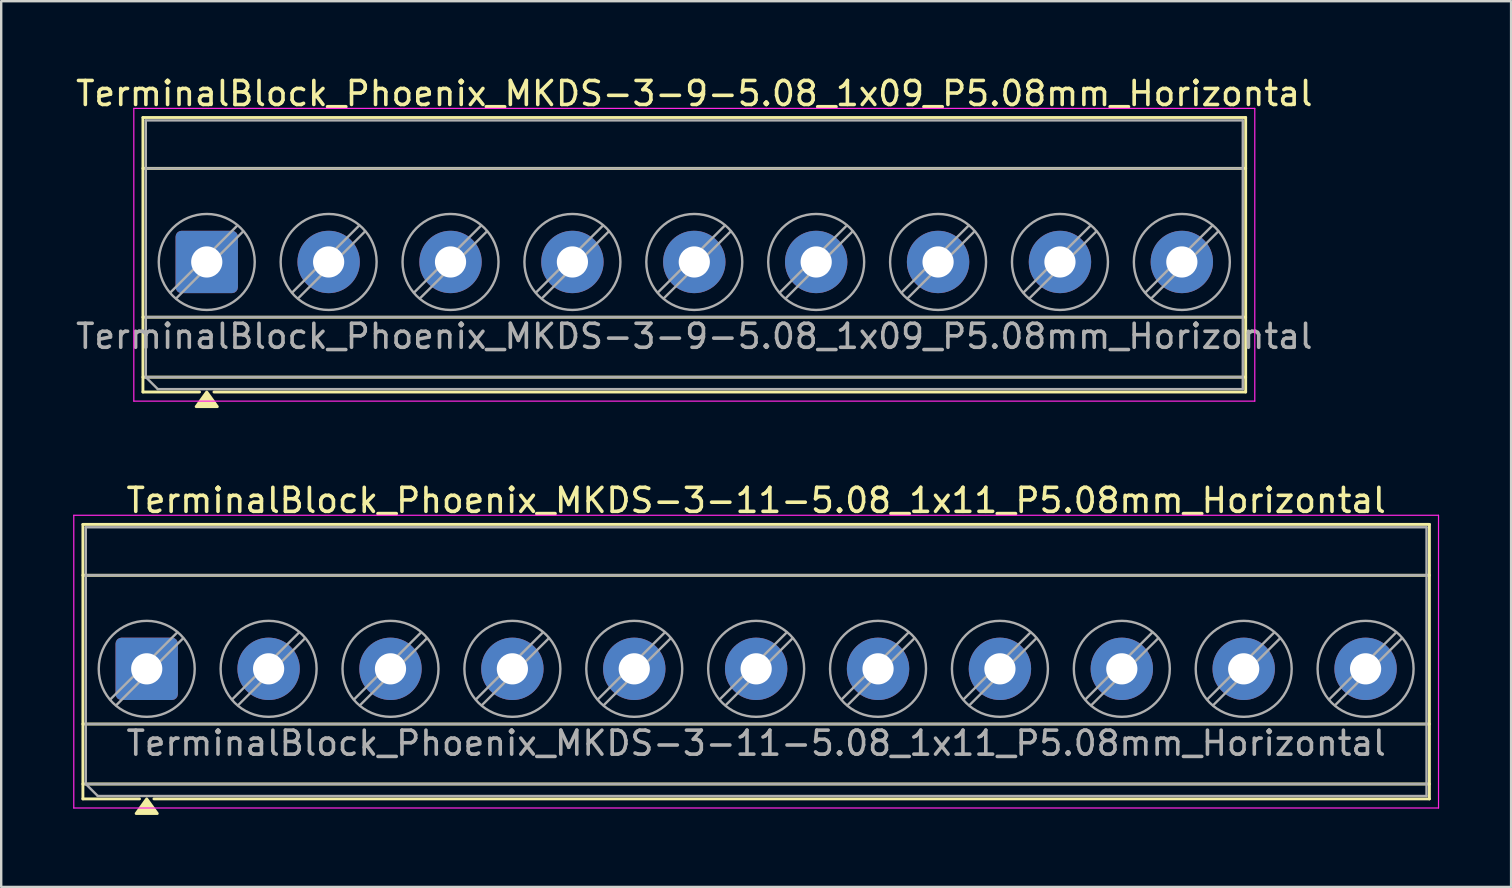
<source format=kicad_pcb>
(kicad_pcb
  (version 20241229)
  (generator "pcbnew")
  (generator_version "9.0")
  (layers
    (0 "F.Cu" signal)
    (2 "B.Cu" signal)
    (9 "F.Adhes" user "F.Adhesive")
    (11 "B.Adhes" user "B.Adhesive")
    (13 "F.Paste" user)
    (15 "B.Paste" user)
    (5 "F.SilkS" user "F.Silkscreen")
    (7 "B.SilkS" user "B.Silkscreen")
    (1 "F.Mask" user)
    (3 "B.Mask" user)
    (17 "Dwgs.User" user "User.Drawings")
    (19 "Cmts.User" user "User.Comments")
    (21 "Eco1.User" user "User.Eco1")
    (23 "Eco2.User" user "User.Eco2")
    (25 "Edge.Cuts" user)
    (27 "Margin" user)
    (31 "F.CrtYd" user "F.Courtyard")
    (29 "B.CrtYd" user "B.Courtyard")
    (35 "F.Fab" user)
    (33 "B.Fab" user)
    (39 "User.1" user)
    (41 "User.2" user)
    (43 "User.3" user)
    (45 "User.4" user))
  (footprint "TerminalBlock_Phoenix_MKDS-3-11-5.08_1x11_P5.08mm_Horizontal"
    (layer "F.Cu")
    (at 3.065 24.826)
    (property "Reference" "TerminalBlock_Phoenix_MKDS-3-11-5.08_1x11_P5.08mm_Horizontal" (at 25.4 -7.02 0) (layer "F.SilkS") (effects (font (size 1 1) (thickness 0.15))))
    (attr through_hole)
    (fp_line (start -2.66 -6.02) (end 53.46 -6.02) (stroke (width 0.12) (type solid)) (layer "F.SilkS"))
    (fp_line (start -2.66 -3.9) (end 53.46 -3.9) (stroke (width 0.12) (type solid)) (layer "F.SilkS"))
    (fp_line (start -2.66 2.3) (end 53.46 2.3) (stroke (width 0.12) (type solid)) (layer "F.SilkS"))
    (fp_line (start -2.66 4.8) (end 53.46 4.8) (stroke (width 0.12) (type solid)) (layer "F.SilkS"))
    (fp_line (start -2.66 5.42) (end -2.66 -6.02) (stroke (width 0.12) (type solid)) (layer "F.SilkS"))
    (fp_line (start -0.3 5.42) (end -2.66 5.42) (stroke (width 0.12) (type solid)) (layer "F.SilkS"))
    (fp_line (start 53.46 -6.02) (end 53.46 5.42) (stroke (width 0.12) (type solid)) (layer "F.SilkS"))
    (fp_line (start 53.46 5.42) (end 0.3 5.42) (stroke (width 0.12) (type solid)) (layer "F.SilkS"))
    (fp_poly (pts (xy 0 5.42) (xy 0.44 6.03) (xy -0.44 6.03)) (stroke (width 0.12) (type solid)) (fill yes) (layer "F.SilkS"))
    (fp_line (start -3.04 -6.4) (end -3.04 5.8) (stroke (width 0.05) (type solid)) (layer "F.CrtYd"))
    (fp_line (start -3.04 5.8) (end 53.84 5.8) (stroke (width 0.05) (type solid)) (layer "F.CrtYd"))
    (fp_line (start 53.84 -6.4) (end -3.04 -6.4) (stroke (width 0.05) (type solid)) (layer "F.CrtYd"))
    (fp_line (start 53.84 5.8) (end 53.84 -6.4) (stroke (width 0.05) (type solid)) (layer "F.CrtYd"))
    (fp_line (start -2.54 -5.9) (end 53.34 -5.9) (stroke (width 0.1) (type solid)) (layer "F.Fab"))
    (fp_line (start -2.54 -3.9) (end 53.34 -3.9) (stroke (width 0.1) (type solid)) (layer "F.Fab"))
    (fp_line (start -2.54 2.3) (end 53.34 2.3) (stroke (width 0.1) (type solid)) (layer "F.Fab"))
    (fp_line (start -2.54 4.8) (end -2.54 -5.9) (stroke (width 0.1) (type solid)) (layer "F.Fab"))
    (fp_line (start -2.54 4.8) (end 53.34 4.8) (stroke (width 0.1) (type solid)) (layer "F.Fab"))
    (fp_line (start -2.04 5.3) (end -2.54 4.8) (stroke (width 0.1) (type solid)) (layer "F.Fab"))
    (fp_line (start 1.273 -1.517) (end -1.517 1.273) (stroke (width 0.1) (type solid)) (layer "F.Fab"))
    (fp_line (start 1.517 -1.273) (end -1.273 1.517) (stroke (width 0.1) (type solid)) (layer "F.Fab"))
    (fp_line (start 6.353 -1.517) (end 3.563 1.273) (stroke (width 0.1) (type solid)) (layer "F.Fab"))
    (fp_line (start 6.597 -1.273) (end 3.807 1.517) (stroke (width 0.1) (type solid)) (layer "F.Fab"))
    (fp_line (start 11.433 -1.517) (end 8.643 1.273) (stroke (width 0.1) (type solid)) (layer "F.Fab"))
    (fp_line (start 11.677 -1.273) (end 8.887 1.517) (stroke (width 0.1) (type solid)) (layer "F.Fab"))
    (fp_line (start 16.513 -1.517) (end 13.723 1.273) (stroke (width 0.1) (type solid)) (layer "F.Fab"))
    (fp_line (start 16.757 -1.273) (end 13.967 1.517) (stroke (width 0.1) (type solid)) (layer "F.Fab"))
    (fp_line (start 21.593 -1.517) (end 18.803 1.273) (stroke (width 0.1) (type solid)) (layer "F.Fab"))
    (fp_line (start 21.837 -1.273) (end 19.047 1.517) (stroke (width 0.1) (type solid)) (layer "F.Fab"))
    (fp_line (start 26.673 -1.517) (end 23.883 1.273) (stroke (width 0.1) (type solid)) (layer "F.Fab"))
    (fp_line (start 26.917 -1.273) (end 24.127 1.517) (stroke (width 0.1) (type solid)) (layer "F.Fab"))
    (fp_line (start 31.753 -1.517) (end 28.963 1.273) (stroke (width 0.1) (type solid)) (layer "F.Fab"))
    (fp_line (start 31.997 -1.273) (end 29.207 1.517) (stroke (width 0.1) (type solid)) (layer "F.Fab"))
    (fp_line (start 36.833 -1.517) (end 34.043 1.273) (stroke (width 0.1) (type solid)) (layer "F.Fab"))
    (fp_line (start 37.077 -1.273) (end 34.287 1.517) (stroke (width 0.1) (type solid)) (layer "F.Fab"))
    (fp_line (start 41.913 -1.517) (end 39.123 1.273) (stroke (width 0.1) (type solid)) (layer "F.Fab"))
    (fp_line (start 42.157 -1.273) (end 39.367 1.517) (stroke (width 0.1) (type solid)) (layer "F.Fab"))
    (fp_line (start 46.993 -1.517) (end 44.203 1.273) (stroke (width 0.1) (type solid)) (layer "F.Fab"))
    (fp_line (start 47.237 -1.273) (end 44.447 1.517) (stroke (width 0.1) (type solid)) (layer "F.Fab"))
    (fp_line (start 52.073 -1.517) (end 49.283 1.273) (stroke (width 0.1) (type solid)) (layer "F.Fab"))
    (fp_line (start 52.317 -1.273) (end 49.527 1.517) (stroke (width 0.1) (type solid)) (layer "F.Fab"))
    (fp_line (start 53.34 -5.9) (end 53.34 5.3) (stroke (width 0.1) (type solid)) (layer "F.Fab"))
    (fp_line (start 53.34 5.3) (end -2.04 5.3) (stroke (width 0.1) (type solid)) (layer "F.Fab"))
    (fp_circle (center 0 0) (end 2 0) (stroke (width 0.1) (type solid)) (fill no) (layer "F.Fab"))
    (fp_circle (center 5.08 0) (end 7.08 0) (stroke (width 0.1) (type solid)) (fill no) (layer "F.Fab"))
    (fp_circle (center 10.16 0) (end 12.16 0) (stroke (width 0.1) (type solid)) (fill no) (layer "F.Fab"))
    (fp_circle (center 15.24 0) (end 17.24 0) (stroke (width 0.1) (type solid)) (fill no) (layer "F.Fab"))
    (fp_circle (center 20.32 0) (end 22.32 0) (stroke (width 0.1) (type solid)) (fill no) (layer "F.Fab"))
    (fp_circle (center 25.4 0) (end 27.4 0) (stroke (width 0.1) (type solid)) (fill no) (layer "F.Fab"))
    (fp_circle (center 30.48 0) (end 32.48 0) (stroke (width 0.1) (type solid)) (fill no) (layer "F.Fab"))
    (fp_circle (center 35.56 0) (end 37.56 0) (stroke (width 0.1) (type solid)) (fill no) (layer "F.Fab"))
    (fp_circle (center 40.64 0) (end 42.64 0) (stroke (width 0.1) (type solid)) (fill no) (layer "F.Fab"))
    (fp_circle (center 45.72 0) (end 47.72 0) (stroke (width 0.1) (type solid)) (fill no) (layer "F.Fab"))
    (fp_circle (center 50.8 0) (end 52.8 0) (stroke (width 0.1) (type solid)) (fill no) (layer "F.Fab"))
    (fp_text user "${REFERENCE}" (at 25.4 3.1 0) (layer "F.Fab") (effects (font (size 1 1) (thickness 0.15))))
    (pad "1" thru_hole roundrect (at 0 0) (size 2.6 2.6) (drill 1.3) (layers "*.Cu" "*.Mask") (roundrect_rratio 0.096))
    (pad "2" thru_hole circle (at 5.08 0) (size 2.6 2.6) (drill 1.3) (layers "*.Cu" "*.Mask"))
    (pad "3" thru_hole circle (at 10.16 0) (size 2.6 2.6) (drill 1.3) (layers "*.Cu" "*.Mask"))
    (pad "4" thru_hole circle (at 15.24 0) (size 2.6 2.6) (drill 1.3) (layers "*.Cu" "*.Mask"))
    (pad "5" thru_hole circle (at 20.32 0) (size 2.6 2.6) (drill 1.3) (layers "*.Cu" "*.Mask"))
    (pad "6" thru_hole circle (at 25.4 0) (size 2.6 2.6) (drill 1.3) (layers "*.Cu" "*.Mask"))
    (pad "7" thru_hole circle (at 30.48 0) (size 2.6 2.6) (drill 1.3) (layers "*.Cu" "*.Mask"))
    (pad "8" thru_hole circle (at 35.56 0) (size 2.6 2.6) (drill 1.3) (layers "*.Cu" "*.Mask"))
    (pad "9" thru_hole circle (at 40.64 0) (size 2.6 2.6) (drill 1.3) (layers "*.Cu" "*.Mask"))
    (pad "10" thru_hole circle (at 45.72 0) (size 2.6 2.6) (drill 1.3) (layers "*.Cu" "*.Mask"))
    (pad "11" thru_hole circle (at 50.8 0) (size 2.6 2.6) (drill 1.3) (layers "*.Cu" "*.Mask")))
  (footprint "TerminalBlock_Phoenix_MKDS-3-9-5.08_1x09_P5.08mm_Horizontal"
    (layer "F.Cu")
    (at 5.567 7.868)
    (property "Reference" "TerminalBlock_Phoenix_MKDS-3-9-5.08_1x09_P5.08mm_Horizontal" (at 20.32 -7.02 0) (layer "F.SilkS") (effects (font (size 1 1) (thickness 0.15))))
    (attr through_hole)
    (fp_line (start -2.66 -6.02) (end 43.3 -6.02) (stroke (width 0.12) (type solid)) (layer "F.SilkS"))
    (fp_line (start -2.66 -3.9) (end 43.3 -3.9) (stroke (width 0.12) (type solid)) (layer "F.SilkS"))
    (fp_line (start -2.66 2.3) (end 43.3 2.3) (stroke (width 0.12) (type solid)) (layer "F.SilkS"))
    (fp_line (start -2.66 4.8) (end 43.3 4.8) (stroke (width 0.12) (type solid)) (layer "F.SilkS"))
    (fp_line (start -2.66 5.42) (end -2.66 -6.02) (stroke (width 0.12) (type solid)) (layer "F.SilkS"))
    (fp_line (start -0.3 5.42) (end -2.66 5.42) (stroke (width 0.12) (type solid)) (layer "F.SilkS"))
    (fp_line (start 43.3 -6.02) (end 43.3 5.42) (stroke (width 0.12) (type solid)) (layer "F.SilkS"))
    (fp_line (start 43.3 5.42) (end 0.3 5.42) (stroke (width 0.12) (type solid)) (layer "F.SilkS"))
    (fp_poly (pts (xy 0 5.42) (xy 0.44 6.03) (xy -0.44 6.03)) (stroke (width 0.12) (type solid)) (fill yes) (layer "F.SilkS"))
    (fp_line (start -3.04 -6.4) (end -3.04 5.8) (stroke (width 0.05) (type solid)) (layer "F.CrtYd"))
    (fp_line (start -3.04 5.8) (end 43.68 5.8) (stroke (width 0.05) (type solid)) (layer "F.CrtYd"))
    (fp_line (start 43.68 -6.4) (end -3.04 -6.4) (stroke (width 0.05) (type solid)) (layer "F.CrtYd"))
    (fp_line (start 43.68 5.8) (end 43.68 -6.4) (stroke (width 0.05) (type solid)) (layer "F.CrtYd"))
    (fp_line (start -2.54 -5.9) (end 43.18 -5.9) (stroke (width 0.1) (type solid)) (layer "F.Fab"))
    (fp_line (start -2.54 -3.9) (end 43.18 -3.9) (stroke (width 0.1) (type solid)) (layer "F.Fab"))
    (fp_line (start -2.54 2.3) (end 43.18 2.3) (stroke (width 0.1) (type solid)) (layer "F.Fab"))
    (fp_line (start -2.54 4.8) (end -2.54 -5.9) (stroke (width 0.1) (type solid)) (layer "F.Fab"))
    (fp_line (start -2.54 4.8) (end 43.18 4.8) (stroke (width 0.1) (type solid)) (layer "F.Fab"))
    (fp_line (start -2.04 5.3) (end -2.54 4.8) (stroke (width 0.1) (type solid)) (layer "F.Fab"))
    (fp_line (start 1.273 -1.517) (end -1.517 1.273) (stroke (width 0.1) (type solid)) (layer "F.Fab"))
    (fp_line (start 1.517 -1.273) (end -1.273 1.517) (stroke (width 0.1) (type solid)) (layer "F.Fab"))
    (fp_line (start 6.353 -1.517) (end 3.563 1.273) (stroke (width 0.1) (type solid)) (layer "F.Fab"))
    (fp_line (start 6.597 -1.273) (end 3.807 1.517) (stroke (width 0.1) (type solid)) (layer "F.Fab"))
    (fp_line (start 11.433 -1.517) (end 8.643 1.273) (stroke (width 0.1) (type solid)) (layer "F.Fab"))
    (fp_line (start 11.677 -1.273) (end 8.887 1.517) (stroke (width 0.1) (type solid)) (layer "F.Fab"))
    (fp_line (start 16.513 -1.517) (end 13.723 1.273) (stroke (width 0.1) (type solid)) (layer "F.Fab"))
    (fp_line (start 16.757 -1.273) (end 13.967 1.517) (stroke (width 0.1) (type solid)) (layer "F.Fab"))
    (fp_line (start 21.593 -1.517) (end 18.803 1.273) (stroke (width 0.1) (type solid)) (layer "F.Fab"))
    (fp_line (start 21.837 -1.273) (end 19.047 1.517) (stroke (width 0.1) (type solid)) (layer "F.Fab"))
    (fp_line (start 26.673 -1.517) (end 23.883 1.273) (stroke (width 0.1) (type solid)) (layer "F.Fab"))
    (fp_line (start 26.917 -1.273) (end 24.127 1.517) (stroke (width 0.1) (type solid)) (layer "F.Fab"))
    (fp_line (start 31.753 -1.517) (end 28.963 1.273) (stroke (width 0.1) (type solid)) (layer "F.Fab"))
    (fp_line (start 31.997 -1.273) (end 29.207 1.517) (stroke (width 0.1) (type solid)) (layer "F.Fab"))
    (fp_line (start 36.833 -1.517) (end 34.043 1.273) (stroke (width 0.1) (type solid)) (layer "F.Fab"))
    (fp_line (start 37.077 -1.273) (end 34.287 1.517) (stroke (width 0.1) (type solid)) (layer "F.Fab"))
    (fp_line (start 41.913 -1.517) (end 39.123 1.273) (stroke (width 0.1) (type solid)) (layer "F.Fab"))
    (fp_line (start 42.157 -1.273) (end 39.367 1.517) (stroke (width 0.1) (type solid)) (layer "F.Fab"))
    (fp_line (start 43.18 -5.9) (end 43.18 5.3) (stroke (width 0.1) (type solid)) (layer "F.Fab"))
    (fp_line (start 43.18 5.3) (end -2.04 5.3) (stroke (width 0.1) (type solid)) (layer "F.Fab"))
    (fp_circle (center 0 0) (end 2 0) (stroke (width 0.1) (type solid)) (fill no) (layer "F.Fab"))
    (fp_circle (center 5.08 0) (end 7.08 0) (stroke (width 0.1) (type solid)) (fill no) (layer "F.Fab"))
    (fp_circle (center 10.16 0) (end 12.16 0) (stroke (width 0.1) (type solid)) (fill no) (layer "F.Fab"))
    (fp_circle (center 15.24 0) (end 17.24 0) (stroke (width 0.1) (type solid)) (fill no) (layer "F.Fab"))
    (fp_circle (center 20.32 0) (end 22.32 0) (stroke (width 0.1) (type solid)) (fill no) (layer "F.Fab"))
    (fp_circle (center 25.4 0) (end 27.4 0) (stroke (width 0.1) (type solid)) (fill no) (layer "F.Fab"))
    (fp_circle (center 30.48 0) (end 32.48 0) (stroke (width 0.1) (type solid)) (fill no) (layer "F.Fab"))
    (fp_circle (center 35.56 0) (end 37.56 0) (stroke (width 0.1) (type solid)) (fill no) (layer "F.Fab"))
    (fp_circle (center 40.64 0) (end 42.64 0) (stroke (width 0.1) (type solid)) (fill no) (layer "F.Fab"))
    (fp_text user "${REFERENCE}" (at 20.32 3.1 0) (layer "F.Fab") (effects (font (size 1 1) (thickness 0.15))))
    (pad "1" thru_hole roundrect (at 0 0) (size 2.6 2.6) (drill 1.3) (layers "*.Cu" "*.Mask") (roundrect_rratio 0.096))
    (pad "2" thru_hole circle (at 5.08 0) (size 2.6 2.6) (drill 1.3) (layers "*.Cu" "*.Mask"))
    (pad "3" thru_hole circle (at 10.16 0) (size 2.6 2.6) (drill 1.3) (layers "*.Cu" "*.Mask"))
    (pad "4" thru_hole circle (at 15.24 0) (size 2.6 2.6) (drill 1.3) (layers "*.Cu" "*.Mask"))
    (pad "5" thru_hole circle (at 20.32 0) (size 2.6 2.6) (drill 1.3) (layers "*.Cu" "*.Mask"))
    (pad "6" thru_hole circle (at 25.4 0) (size 2.6 2.6) (drill 1.3) (layers "*.Cu" "*.Mask"))
    (pad "7" thru_hole circle (at 30.48 0) (size 2.6 2.6) (drill 1.3) (layers "*.Cu" "*.Mask"))
    (pad "8" thru_hole circle (at 35.56 0) (size 2.6 2.6) (drill 1.3) (layers "*.Cu" "*.Mask"))
    (pad "9" thru_hole circle (at 40.64 0) (size 2.6 2.6) (drill 1.3) (layers "*.Cu" "*.Mask")))
  (gr_rect
    (start -3 -3)
    (end 59.93 33.916)
    (stroke (width 0.1) (type default))
    (fill no)
    (layer "Edge.Cuts")))
</source>
